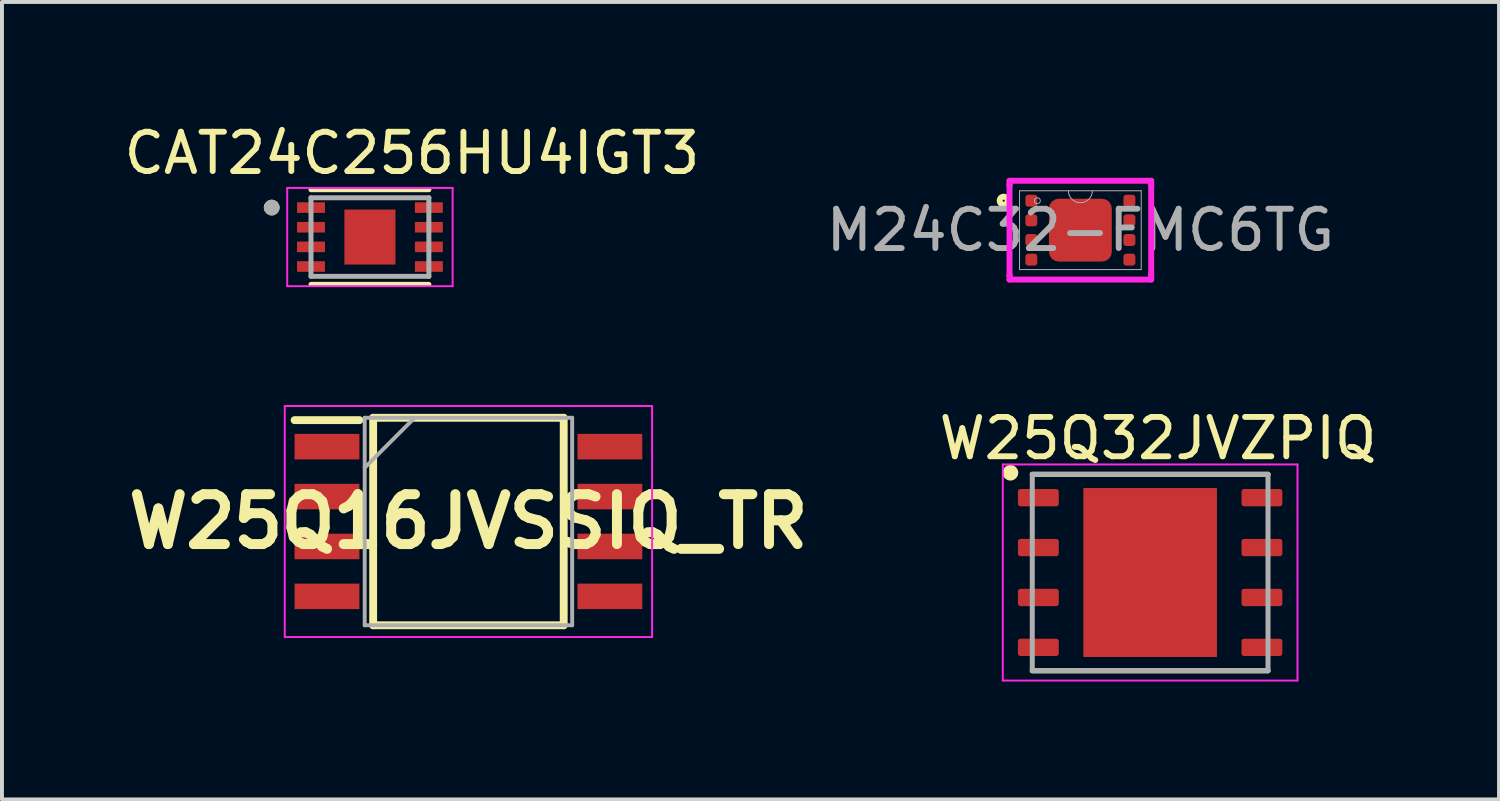
<source format=kicad_pcb>
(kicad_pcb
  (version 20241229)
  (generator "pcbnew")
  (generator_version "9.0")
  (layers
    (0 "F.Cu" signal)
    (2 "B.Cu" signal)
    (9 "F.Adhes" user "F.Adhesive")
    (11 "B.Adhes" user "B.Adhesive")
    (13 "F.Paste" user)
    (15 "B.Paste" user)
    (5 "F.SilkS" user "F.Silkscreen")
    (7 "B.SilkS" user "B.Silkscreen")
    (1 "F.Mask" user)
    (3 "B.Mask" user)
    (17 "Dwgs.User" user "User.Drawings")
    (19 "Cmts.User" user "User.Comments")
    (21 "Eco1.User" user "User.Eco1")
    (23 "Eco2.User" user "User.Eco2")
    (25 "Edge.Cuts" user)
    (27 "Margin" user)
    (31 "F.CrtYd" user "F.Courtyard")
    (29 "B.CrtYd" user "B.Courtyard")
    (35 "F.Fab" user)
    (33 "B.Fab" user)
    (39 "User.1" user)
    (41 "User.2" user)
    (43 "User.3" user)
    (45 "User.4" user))
  (footprint "W25Q32JVZPIQ"
    (layer "F.Cu")
    (at 26.222 11.521)
    (property "Reference" "W25Q32JVZPIQ" (at 0.2 -3.414 0) (layer "F.SilkS") (effects (font (size 1.001 1.001) (thickness 0.15))))
    (attr smd)
    (fp_line (start -3 -2.5) (end 3 -2.5) (stroke (width 0.127) (type solid)) (layer "F.SilkS"))
    (fp_line (start -3 2.5) (end 3 2.5) (stroke (width 0.127) (type solid)) (layer "F.SilkS"))
    (fp_circle (center -3.556 -2.54) (end -3.456 -2.54) (stroke (width 0.2) (type solid)) (fill no) (layer "F.SilkS"))
    (fp_poly (pts (xy -1.076 -1.36) (xy 1.075 -1.36) (xy 1.075 1.361) (xy -1.076 1.361)) (stroke (width 0.01) (type solid)) (fill yes) (layer "F.Paste"))
    (fp_line (start -3.75 -2.75) (end 3.75 -2.75) (stroke (width 0.05) (type solid)) (layer "F.CrtYd"))
    (fp_line (start -3.75 2.75) (end -3.75 -2.75) (stroke (width 0.05) (type solid)) (layer "F.CrtYd"))
    (fp_line (start 3.75 -2.75) (end 3.75 2.75) (stroke (width 0.05) (type solid)) (layer "F.CrtYd"))
    (fp_line (start 3.75 2.75) (end -3.75 2.75) (stroke (width 0.05) (type solid)) (layer "F.CrtYd"))
    (fp_line (start -3 -2.5) (end 3 -2.5) (stroke (width 0.127) (type solid)) (layer "F.Fab"))
    (fp_line (start -3 2.5) (end -3 -2.5) (stroke (width 0.127) (type solid)) (layer "F.Fab"))
    (fp_line (start 3 -2.5) (end 3 2.5) (stroke (width 0.127) (type solid)) (layer "F.Fab"))
    (fp_line (start 3 2.5) (end -3 2.5) (stroke (width 0.127) (type solid)) (layer "F.Fab"))
    (pad "1" smd roundrect (at -2.845 -1.905) (size 1.04 0.44) (layers "F.Cu" "F.Mask" "F.Paste") (roundrect_rratio 0.15))
    (pad "2" smd roundrect (at -2.845 -0.635) (size 1.04 0.44) (layers "F.Cu" "F.Mask" "F.Paste") (roundrect_rratio 0.15))
    (pad "3" smd roundrect (at -2.845 0.635) (size 1.04 0.44) (layers "F.Cu" "F.Mask" "F.Paste") (roundrect_rratio 0.15))
    (pad "4" smd roundrect (at -2.845 1.905) (size 1.04 0.44) (layers "F.Cu" "F.Mask" "F.Paste") (roundrect_rratio 0.15))
    (pad "5" smd roundrect (at 2.845 1.905) (size 1.04 0.44) (layers "F.Cu" "F.Mask" "F.Paste") (roundrect_rratio 0.15))
    (pad "6" smd roundrect (at 2.845 0.635) (size 1.04 0.44) (layers "F.Cu" "F.Mask" "F.Paste") (roundrect_rratio 0.15))
    (pad "7" smd roundrect (at 2.845 -0.635) (size 1.04 0.44) (layers "F.Cu" "F.Mask" "F.Paste") (roundrect_rratio 0.15))
    (pad "8" smd roundrect (at 2.845 -1.905) (size 1.04 0.44) (layers "F.Cu" "F.Mask" "F.Paste") (roundrect_rratio 0.15))
    (pad "9" smd rect (at 0 0) (size 3.4 4.3) (layers "F.Cu" "F.Mask")))
  (footprint "M24C32-FMC6TG"
    (layer "F.Cu")
    (at 24.446 2.808)
    (property "Reference" "M24C32-FMC6TG" (at 0 -1.96 0) (unlocked yes) (layer "User.2") (effects (font (size 1 1) (thickness 0.15))))
    (attr smd)
    (fp_circle (center -1.951 -0.75) (end -1.849 -0.75) (stroke (width 0.152) (type solid)) (fill no) (layer "F.SilkS"))
    (fp_line (start -1.803 -1.257) (end 1.803 -1.257) (stroke (width 0.152) (type solid)) (layer "F.CrtYd"))
    (fp_line (start -1.803 -1.157) (end -1.803 -1.257) (stroke (width 0.152) (type solid)) (layer "F.CrtYd"))
    (fp_line (start -1.803 -1.157) (end -1.803 -1.157) (stroke (width 0.152) (type solid)) (layer "F.CrtYd"))
    (fp_line (start -1.803 1.157) (end -1.803 -1.157) (stroke (width 0.152) (type solid)) (layer "F.CrtYd"))
    (fp_line (start -1.803 1.157) (end -1.803 1.157) (stroke (width 0.152) (type solid)) (layer "F.CrtYd"))
    (fp_line (start -1.803 1.257) (end -1.803 1.157) (stroke (width 0.152) (type solid)) (layer "F.CrtYd"))
    (fp_line (start 1.803 -1.257) (end 1.803 -1.157) (stroke (width 0.152) (type solid)) (layer "F.CrtYd"))
    (fp_line (start 1.803 -1.157) (end 1.803 -1.157) (stroke (width 0.152) (type solid)) (layer "F.CrtYd"))
    (fp_line (start 1.803 -1.157) (end 1.803 1.157) (stroke (width 0.152) (type solid)) (layer "F.CrtYd"))
    (fp_line (start 1.803 1.157) (end 1.803 1.157) (stroke (width 0.152) (type solid)) (layer "F.CrtYd"))
    (fp_line (start 1.803 1.157) (end 1.803 1.257) (stroke (width 0.152) (type solid)) (layer "F.CrtYd"))
    (fp_line (start 1.803 1.257) (end -1.803 1.257) (stroke (width 0.152) (type solid)) (layer "F.CrtYd"))
    (fp_line (start -1.549 -1.003) (end -1.549 1.003) (stroke (width 0.025) (type solid)) (layer "F.Fab"))
    (fp_line (start -1.549 1.003) (end 1.549 1.003) (stroke (width 0.025) (type solid)) (layer "F.Fab"))
    (fp_line (start 1.549 -1.003) (end -1.549 -1.003) (stroke (width 0.025) (type solid)) (layer "F.Fab"))
    (fp_line (start 1.549 1.003) (end 1.549 -1.003) (stroke (width 0.025) (type solid)) (layer "F.Fab"))
    (fp_arc (start 0.3048 -1.0033) (mid 0 -0.6985) (end -0.3048 -1.0033) (stroke (width 0.0254) (type solid)) (layer "F.Fab"))
    (fp_circle (center -1.095 -0.75) (end -1.019 -0.75) (stroke (width 0.025) (type solid)) (fill no) (layer "F.Fab"))
    (fp_text user "${REFERENCE}" (at 0 0 0) (unlocked yes) (layer "F.Fab") (effects (font (size 1 1) (thickness 0.15))))
    (pad "1" smd roundrect (at -1.248 -0.75) (size 0.305 0.305) (layers "F.Cu" "F.Mask" "F.Paste") (roundrect_rratio 0.25))
    (pad "2" smd roundrect (at -1.248 -0.25) (size 0.305 0.305) (layers "F.Cu" "F.Mask" "F.Paste") (roundrect_rratio 0.25))
    (pad "3" smd roundrect (at -1.248 0.25) (size 0.305 0.305) (layers "F.Cu" "F.Mask" "F.Paste") (roundrect_rratio 0.25))
    (pad "4" smd roundrect (at -1.248 0.75) (size 0.305 0.305) (layers "F.Cu" "F.Mask" "F.Paste") (roundrect_rratio 0.25))
    (pad "5" smd roundrect (at 1.248 0.75) (size 0.305 0.305) (layers "F.Cu" "F.Mask" "F.Paste") (roundrect_rratio 0.25))
    (pad "6" smd roundrect (at 1.248 0.25) (size 0.305 0.305) (layers "F.Cu" "F.Mask" "F.Paste") (roundrect_rratio 0.25))
    (pad "7" smd roundrect (at 1.248 -0.25) (size 0.305 0.305) (layers "F.Cu" "F.Mask" "F.Paste") (roundrect_rratio 0.25))
    (pad "8" smd roundrect (at 1.248 -0.75) (size 0.305 0.305) (layers "F.Cu" "F.Mask" "F.Paste") (roundrect_rratio 0.25))
    (pad "9" smd roundrect (at 0 0) (size 1.6 1.6) (layers "F.Cu" "F.Mask" "F.Paste") (roundrect_rratio 0.156)))
  (footprint "W25Q16JVSSIQ_TR"
    (layer "F.Cu")
    (at 8.872 10.223)
    (property "Reference" "W25Q16JVSSIQ_TR" (at 0 0 0) (layer "F.SilkS") (effects (font (size 1.27 1.27) (thickness 0.254))))
    (attr smd)
    (fp_line (start -4.425 -2.58) (end -2.775 -2.58) (stroke (width 0.2) (type solid)) (layer "F.SilkS"))
    (fp_line (start -2.425 -2.64) (end 2.425 -2.64) (stroke (width 0.2) (type solid)) (layer "F.SilkS"))
    (fp_line (start -2.425 2.64) (end -2.425 -2.64) (stroke (width 0.2) (type solid)) (layer "F.SilkS"))
    (fp_line (start 2.425 -2.64) (end 2.425 2.64) (stroke (width 0.2) (type solid)) (layer "F.SilkS"))
    (fp_line (start 2.425 2.64) (end -2.425 2.64) (stroke (width 0.2) (type solid)) (layer "F.SilkS"))
    (fp_line (start -4.675 -2.94) (end 4.675 -2.94) (stroke (width 0.05) (type solid)) (layer "F.CrtYd"))
    (fp_line (start -4.675 2.94) (end -4.675 -2.94) (stroke (width 0.05) (type solid)) (layer "F.CrtYd"))
    (fp_line (start 4.675 -2.94) (end 4.675 2.94) (stroke (width 0.05) (type solid)) (layer "F.CrtYd"))
    (fp_line (start 4.675 2.94) (end -4.675 2.94) (stroke (width 0.05) (type solid)) (layer "F.CrtYd"))
    (fp_line (start -2.64 -2.64) (end 2.64 -2.64) (stroke (width 0.1) (type solid)) (layer "F.Fab"))
    (fp_line (start -2.64 -1.37) (end -1.37 -2.64) (stroke (width 0.1) (type solid)) (layer "F.Fab"))
    (fp_line (start -2.64 2.64) (end -2.64 -2.64) (stroke (width 0.1) (type solid)) (layer "F.Fab"))
    (fp_line (start 2.64 -2.64) (end 2.64 2.64) (stroke (width 0.1) (type solid)) (layer "F.Fab"))
    (fp_line (start 2.64 2.64) (end -2.64 2.64) (stroke (width 0.1) (type solid)) (layer "F.Fab"))
    (pad "1" smd rect (at -3.6 -1.905 90) (size 0.65 1.65) (layers "F.Cu" "F.Mask" "F.Paste"))
    (pad "2" smd rect (at -3.6 -0.635 90) (size 0.65 1.65) (layers "F.Cu" "F.Mask" "F.Paste"))
    (pad "3" smd rect (at -3.6 0.635 90) (size 0.65 1.65) (layers "F.Cu" "F.Mask" "F.Paste"))
    (pad "4" smd rect (at -3.6 1.905 90) (size 0.65 1.65) (layers "F.Cu" "F.Mask" "F.Paste"))
    (pad "5" smd rect (at 3.6 1.905 90) (size 0.65 1.65) (layers "F.Cu" "F.Mask" "F.Paste"))
    (pad "6" smd rect (at 3.6 0.635 90) (size 0.65 1.65) (layers "F.Cu" "F.Mask" "F.Paste"))
    (pad "7" smd rect (at 3.6 -0.635 90) (size 0.65 1.65) (layers "F.Cu" "F.Mask" "F.Paste"))
    (pad "8" smd rect (at 3.6 -1.905 90) (size 0.65 1.65) (layers "F.Cu" "F.Mask" "F.Paste")))
  (footprint "CAT24C256HU4IGT3"
    (layer "F.Cu")
    (at 6.365 2.983)
    (property "Reference" "CAT24C256HU4IGT3" (at 1.07 -2.135 0) (layer "F.SilkS") (effects (font (size 1 1) (thickness 0.15))))
    (attr smd)
    (fp_line (start -1.5 -1.205) (end 1.5 -1.205) (stroke (width 0.127) (type solid)) (layer "F.SilkS"))
    (fp_line (start -1.5 1.205) (end 1.5 1.205) (stroke (width 0.127) (type solid)) (layer "F.SilkS"))
    (fp_circle (center -2.5 -0.75) (end -2.4 -0.75) (stroke (width 0.2) (type solid)) (fill no) (layer "F.SilkS"))
    (fp_poly (pts (xy -0.41 -0.44) (xy 0.41 -0.44) (xy 0.41 0.44) (xy -0.41 0.44)) (stroke (width 0.01) (type solid)) (fill yes) (layer "F.Paste"))
    (fp_line (start -2.105 -1.25) (end 2.105 -1.25) (stroke (width 0.05) (type solid)) (layer "F.CrtYd"))
    (fp_line (start -2.105 1.25) (end -2.105 -1.25) (stroke (width 0.05) (type solid)) (layer "F.CrtYd"))
    (fp_line (start 2.105 -1.25) (end 2.105 1.25) (stroke (width 0.05) (type solid)) (layer "F.CrtYd"))
    (fp_line (start 2.105 1.25) (end -2.105 1.25) (stroke (width 0.05) (type solid)) (layer "F.CrtYd"))
    (fp_line (start -1.5 -1) (end -1.5 1) (stroke (width 0.127) (type solid)) (layer "F.Fab"))
    (fp_line (start -1.5 1) (end 1.5 1) (stroke (width 0.127) (type solid)) (layer "F.Fab"))
    (fp_line (start 1.5 -1) (end -1.5 -1) (stroke (width 0.127) (type solid)) (layer "F.Fab"))
    (fp_line (start 1.5 1) (end 1.5 -1) (stroke (width 0.127) (type solid)) (layer "F.Fab"))
    (fp_circle (center -2.5 -0.75) (end -2.4 -0.75) (stroke (width 0.2) (type solid)) (fill no) (layer "F.Fab"))
    (pad "1" smd rect (at -1.5 -0.75) (size 0.71 0.27) (layers "F.Cu" "F.Mask" "F.Paste"))
    (pad "2" smd rect (at -1.5 -0.25) (size 0.71 0.27) (layers "F.Cu" "F.Mask" "F.Paste"))
    (pad "3" smd rect (at -1.5 0.25) (size 0.71 0.27) (layers "F.Cu" "F.Mask" "F.Paste"))
    (pad "4" smd rect (at -1.5 0.75) (size 0.71 0.27) (layers "F.Cu" "F.Mask" "F.Paste"))
    (pad "5" smd rect (at 1.5 0.75) (size 0.71 0.27) (layers "F.Cu" "F.Mask" "F.Paste"))
    (pad "6" smd rect (at 1.5 0.25) (size 0.71 0.27) (layers "F.Cu" "F.Mask" "F.Paste"))
    (pad "7" smd rect (at 1.5 -0.25) (size 0.71 0.27) (layers "F.Cu" "F.Mask" "F.Paste"))
    (pad "8" smd rect (at 1.5 -0.75) (size 0.71 0.27) (layers "F.Cu" "F.Mask" "F.Paste"))
    (pad "9" smd rect (at 0 0) (size 1.3 1.4) (layers "F.Cu" "F.Mask")))
  (gr_rect
    (start -3 -3)
    (end 35.101 17.296)
    (stroke (width 0.1) (type default))
    (fill no)
    (layer "Edge.Cuts")))
</source>
